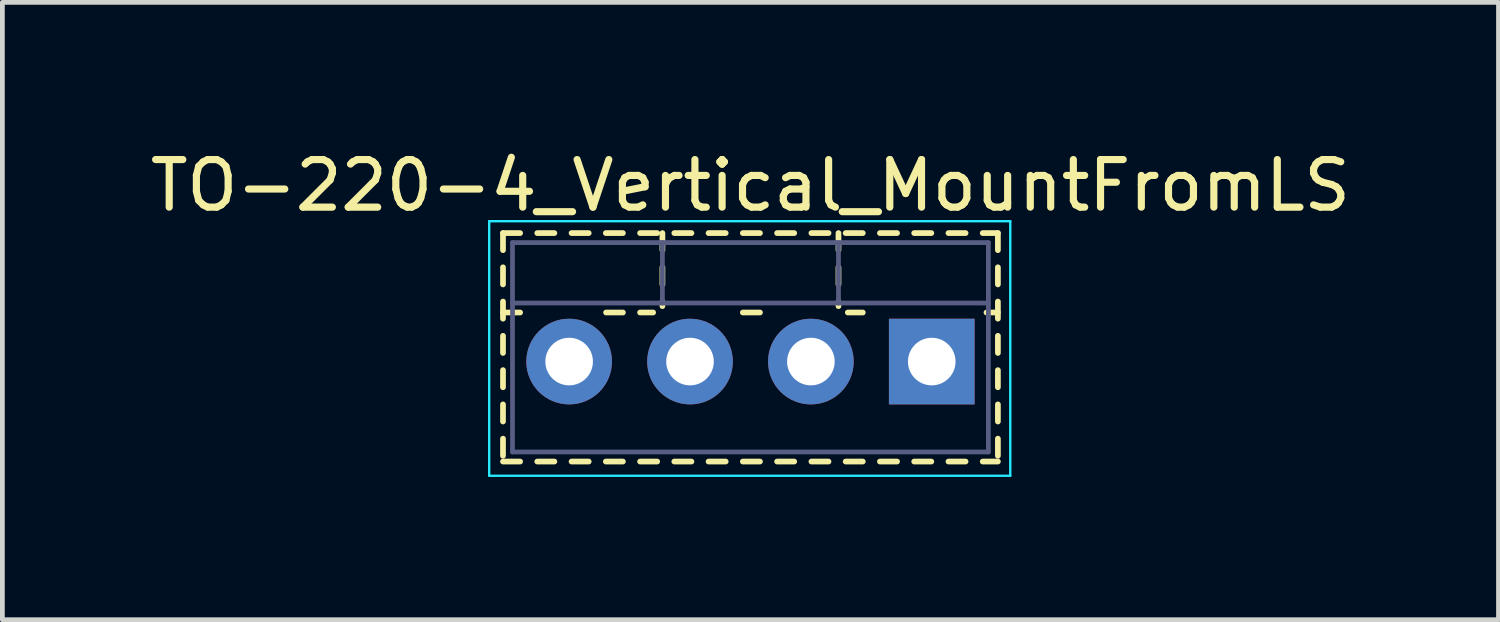
<source format=kicad_pcb>
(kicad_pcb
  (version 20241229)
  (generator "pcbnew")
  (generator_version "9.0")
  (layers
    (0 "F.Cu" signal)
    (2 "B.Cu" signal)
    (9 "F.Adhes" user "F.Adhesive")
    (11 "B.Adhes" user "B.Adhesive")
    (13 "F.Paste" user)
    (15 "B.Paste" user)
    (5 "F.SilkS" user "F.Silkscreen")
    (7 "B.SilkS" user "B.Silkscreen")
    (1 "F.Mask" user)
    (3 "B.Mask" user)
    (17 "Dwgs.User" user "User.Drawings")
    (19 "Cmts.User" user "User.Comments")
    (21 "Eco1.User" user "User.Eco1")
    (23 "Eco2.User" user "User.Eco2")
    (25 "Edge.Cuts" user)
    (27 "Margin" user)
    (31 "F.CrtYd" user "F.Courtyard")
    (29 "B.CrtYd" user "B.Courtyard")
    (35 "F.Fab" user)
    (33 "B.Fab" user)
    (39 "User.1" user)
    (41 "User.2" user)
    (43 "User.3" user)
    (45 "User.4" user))
  (footprint "TO-220-4_Vertical_MountFromLS"
    (layer "F.Cu")
    (at 16.53 4.548)
    (property "Reference" "TO-220-4_Vertical_MountFromLS" (at -3.81 -3.7 0) (layer "F.SilkS") (effects (font (size 1 1) (thickness 0.15))))
    (attr through_hole)
    (fp_line (start -9.01 -2.7) (end -9.01 -2.341) (stroke (width 0.12) (type solid)) (layer "F.SilkS"))
    (fp_line (start -9.01 -2.7) (end -8.65 -2.7) (stroke (width 0.12) (type solid)) (layer "F.SilkS"))
    (fp_line (start -9.01 -1.981) (end -9.01 -1.621) (stroke (width 0.12) (type solid)) (layer "F.SilkS"))
    (fp_line (start -9.01 -1.261) (end -9.01 -0.901) (stroke (width 0.12) (type solid)) (layer "F.SilkS"))
    (fp_line (start -9.01 -1.031) (end -8.65 -1.031) (stroke (width 0.12) (type solid)) (layer "F.SilkS"))
    (fp_line (start -9.01 -0.541) (end -9.01 -0.181) (stroke (width 0.12) (type solid)) (layer "F.SilkS"))
    (fp_line (start -9.01 0.18) (end -9.01 0.54) (stroke (width 0.12) (type solid)) (layer "F.SilkS"))
    (fp_line (start -9.01 0.9) (end -9.01 1.26) (stroke (width 0.12) (type solid)) (layer "F.SilkS"))
    (fp_line (start -9.01 1.62) (end -9.01 1.98) (stroke (width 0.12) (type solid)) (layer "F.SilkS"))
    (fp_line (start -9.01 2.101) (end -8.65 2.101) (stroke (width 0.12) (type solid)) (layer "F.SilkS"))
    (fp_line (start -8.29 -2.7) (end -7.93 -2.7) (stroke (width 0.12) (type solid)) (layer "F.SilkS"))
    (fp_line (start -8.29 2.101) (end -7.93 2.101) (stroke (width 0.12) (type solid)) (layer "F.SilkS"))
    (fp_line (start -7.569 -2.7) (end -7.209 -2.7) (stroke (width 0.12) (type solid)) (layer "F.SilkS"))
    (fp_line (start -7.569 2.101) (end -7.209 2.101) (stroke (width 0.12) (type solid)) (layer "F.SilkS"))
    (fp_line (start -6.849 -2.7) (end -6.49 -2.7) (stroke (width 0.12) (type solid)) (layer "F.SilkS"))
    (fp_line (start -6.849 2.101) (end -6.49 2.101) (stroke (width 0.12) (type solid)) (layer "F.SilkS"))
    (fp_line (start -6.844 -1.031) (end -6.49 -1.031) (stroke (width 0.12) (type solid)) (layer "F.SilkS"))
    (fp_line (start -6.129 -2.7) (end -5.77 -2.7) (stroke (width 0.12) (type solid)) (layer "F.SilkS"))
    (fp_line (start -6.129 -1.031) (end -5.855 -1.031) (stroke (width 0.12) (type solid)) (layer "F.SilkS"))
    (fp_line (start -6.129 2.101) (end -5.77 2.101) (stroke (width 0.12) (type solid)) (layer "F.SilkS"))
    (fp_line (start -5.66 -2.7) (end -5.66 -2.341) (stroke (width 0.12) (type solid)) (layer "F.SilkS"))
    (fp_line (start -5.66 -1.981) (end -5.66 -1.621) (stroke (width 0.12) (type solid)) (layer "F.SilkS"))
    (fp_line (start -5.66 -1.261) (end -5.66 -1.165) (stroke (width 0.12) (type solid)) (layer "F.SilkS"))
    (fp_line (start -5.41 -2.7) (end -5.05 -2.7) (stroke (width 0.12) (type solid)) (layer "F.SilkS"))
    (fp_line (start -5.41 2.101) (end -5.05 2.101) (stroke (width 0.12) (type solid)) (layer "F.SilkS"))
    (fp_line (start -4.69 -2.7) (end -4.33 -2.7) (stroke (width 0.12) (type solid)) (layer "F.SilkS"))
    (fp_line (start -4.69 2.101) (end -4.33 2.101) (stroke (width 0.12) (type solid)) (layer "F.SilkS"))
    (fp_line (start -3.97 -2.7) (end -3.61 -2.7) (stroke (width 0.12) (type solid)) (layer "F.SilkS"))
    (fp_line (start -3.97 -1.031) (end -3.61 -1.031) (stroke (width 0.12) (type solid)) (layer "F.SilkS"))
    (fp_line (start -3.97 2.101) (end -3.61 2.101) (stroke (width 0.12) (type solid)) (layer "F.SilkS"))
    (fp_line (start -3.25 -2.7) (end -2.89 -2.7) (stroke (width 0.12) (type solid)) (layer "F.SilkS"))
    (fp_line (start -3.25 2.101) (end -2.89 2.101) (stroke (width 0.12) (type solid)) (layer "F.SilkS"))
    (fp_line (start -2.529 -2.7) (end -2.169 -2.7) (stroke (width 0.12) (type solid)) (layer "F.SilkS"))
    (fp_line (start -2.529 2.101) (end -2.169 2.101) (stroke (width 0.12) (type solid)) (layer "F.SilkS"))
    (fp_line (start -1.96 -2.7) (end -1.96 -2.341) (stroke (width 0.12) (type solid)) (layer "F.SilkS"))
    (fp_line (start -1.96 -1.981) (end -1.96 -1.621) (stroke (width 0.12) (type solid)) (layer "F.SilkS"))
    (fp_line (start -1.96 -1.261) (end -1.96 -1.165) (stroke (width 0.12) (type solid)) (layer "F.SilkS"))
    (fp_line (start -1.809 -2.7) (end -1.449 -2.7) (stroke (width 0.12) (type solid)) (layer "F.SilkS"))
    (fp_line (start -1.809 2.101) (end -1.449 2.101) (stroke (width 0.12) (type solid)) (layer "F.SilkS"))
    (fp_line (start -1.764 -1.031) (end -1.449 -1.031) (stroke (width 0.12) (type solid)) (layer "F.SilkS"))
    (fp_line (start -1.089 -2.7) (end -0.729 -2.7) (stroke (width 0.12) (type solid)) (layer "F.SilkS"))
    (fp_line (start -1.089 2.101) (end -0.729 2.101) (stroke (width 0.12) (type solid)) (layer "F.SilkS"))
    (fp_line (start -0.369 -2.7) (end -0.009 -2.7) (stroke (width 0.12) (type solid)) (layer "F.SilkS"))
    (fp_line (start -0.369 2.101) (end -0.009 2.101) (stroke (width 0.12) (type solid)) (layer "F.SilkS"))
    (fp_line (start 0.351 -2.7) (end 0.711 -2.7) (stroke (width 0.12) (type solid)) (layer "F.SilkS"))
    (fp_line (start 0.351 2.101) (end 0.711 2.101) (stroke (width 0.12) (type solid)) (layer "F.SilkS"))
    (fp_line (start 1.071 -2.7) (end 1.39 -2.7) (stroke (width 0.12) (type solid)) (layer "F.SilkS"))
    (fp_line (start 1.071 2.101) (end 1.39 2.101) (stroke (width 0.12) (type solid)) (layer "F.SilkS"))
    (fp_line (start 1.15 -1.031) (end 1.39 -1.031) (stroke (width 0.12) (type solid)) (layer "F.SilkS"))
    (fp_line (start 1.39 -2.7) (end 1.39 -2.341) (stroke (width 0.12) (type solid)) (layer "F.SilkS"))
    (fp_line (start 1.39 -1.981) (end 1.39 -1.621) (stroke (width 0.12) (type solid)) (layer "F.SilkS"))
    (fp_line (start 1.39 -1.261) (end 1.39 -0.901) (stroke (width 0.12) (type solid)) (layer "F.SilkS"))
    (fp_line (start 1.39 -0.541) (end 1.39 -0.181) (stroke (width 0.12) (type solid)) (layer "F.SilkS"))
    (fp_line (start 1.39 0.18) (end 1.39 0.54) (stroke (width 0.12) (type solid)) (layer "F.SilkS"))
    (fp_line (start 1.39 0.9) (end 1.39 1.26) (stroke (width 0.12) (type solid)) (layer "F.SilkS"))
    (fp_line (start 1.39 1.62) (end 1.39 1.98) (stroke (width 0.12) (type solid)) (layer "F.SilkS"))
    (fp_line (start -9.3 -2.95) (end -9.3 2.4) (stroke (width 0.05) (type solid)) (layer "B.CrtYd"))
    (fp_line (start -9.3 2.4) (end 1.65 2.4) (stroke (width 0.05) (type solid)) (layer "B.CrtYd"))
    (fp_line (start 1.65 -2.95) (end -9.3 -2.95) (stroke (width 0.05) (type solid)) (layer "B.CrtYd"))
    (fp_line (start 1.65 2.4) (end 1.65 -2.95) (stroke (width 0.05) (type solid)) (layer "B.CrtYd"))
    (fp_line (start -8.81 -2.5) (end -8.81 1.9) (stroke (width 0.1) (type solid)) (layer "B.Fab"))
    (fp_line (start -8.81 -1.23) (end 1.19 -1.23) (stroke (width 0.1) (type solid)) (layer "B.Fab"))
    (fp_line (start -8.81 1.9) (end 1.19 1.9) (stroke (width 0.1) (type solid)) (layer "B.Fab"))
    (fp_line (start -5.66 -2.5) (end -5.66 -1.23) (stroke (width 0.1) (type solid)) (layer "B.Fab"))
    (fp_line (start -1.96 -2.5) (end -1.96 -1.23) (stroke (width 0.1) (type solid)) (layer "B.Fab"))
    (fp_line (start 1.19 -2.5) (end -8.81 -2.5) (stroke (width 0.1) (type solid)) (layer "B.Fab"))
    (fp_line (start 1.19 1.9) (end 1.19 -2.5) (stroke (width 0.1) (type solid)) (layer "B.Fab"))
    (pad "1" thru_hole rect (at 0 0) (size 1.8 1.8) (drill 1) (layers "*.Cu" "*.Mask"))
    (pad "2" thru_hole oval (at -2.54 0) (size 1.8 1.8) (drill 1) (layers "*.Cu" "*.Mask"))
    (pad "3" thru_hole oval (at -5.08 0) (size 1.8 1.8) (drill 1) (layers "*.Cu" "*.Mask"))
    (pad "4" thru_hole oval (at -7.62 0) (size 1.8 1.8) (drill 1) (layers "*.Cu" "*.Mask")))
  (gr_rect
    (start -3 -3)
    (end 28.44 9.973)
    (stroke (width 0.1) (type default))
    (fill no)
    (layer "Edge.Cuts")))
</source>
